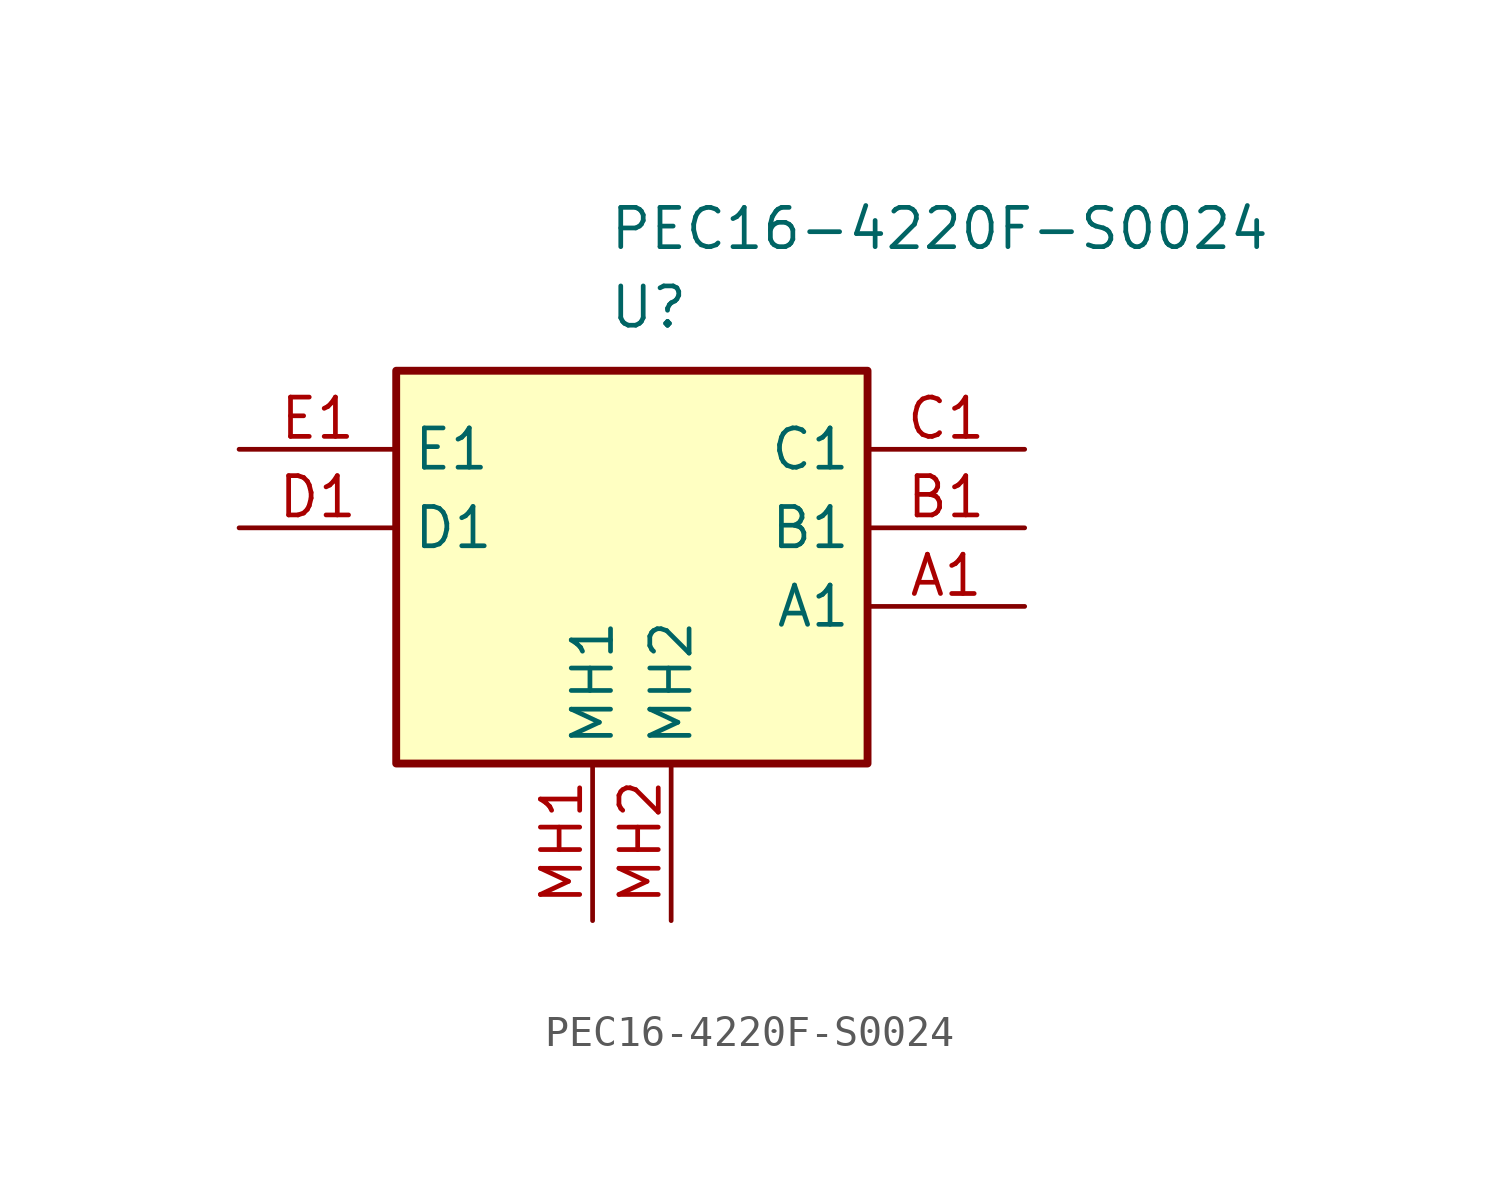
<source format=kicad_sym>
(kicad_symbol_lib
  (version 20231120)
  (generator "kicad_symbol_editor")
  (generator_version "8.0")
  (symbol "PEC16-4220F-S0024"
    (property "Reference" "U"
      (at -0.762 10.414 0)
      (effects (font (size 1.27 1.27)) (justify left top)))
    (property "Value" "PEC16-4220F-S0024"
      (at -0.762 12.954 0)
      (effects (font (size 1.27 1.27)) (justify left top)))
    (symbol "PEC16-4220F-S0024_1_1"
      (rectangle (start -7.62 7.62) (end 7.62 -5.08) (stroke (width 0.254) (type default)) (fill (type background)))
      (pin passive line (at 12.7 0 180) (length 5.08) (name "A1" (effects (font (size 1.27 1.27)))) (number "A1" (effects (font (size 1.27 1.27)))))
      (pin passive line (at 12.7 2.54 180) (length 5.08) (name "B1" (effects (font (size 1.27 1.27)))) (number "B1" (effects (font (size 1.27 1.27)))))
      (pin passive line (at 12.7 5.08 180) (length 5.08) (name "C1" (effects (font (size 1.27 1.27)))) (number "C1" (effects (font (size 1.27 1.27)))))
      (pin passive line (at -12.7 2.54 0) (length 5.08) (name "D1" (effects (font (size 1.27 1.27)))) (number "D1" (effects (font (size 1.27 1.27)))))
      (pin passive line (at -12.7 5.08 0) (length 5.08) (name "E1" (effects (font (size 1.27 1.27)))) (number "E1" (effects (font (size 1.27 1.27)))))
      (pin passive line (at -1.27 -10.16 90) (length 5.08) (name "MH1" (effects (font (size 1.27 1.27)))) (number "MH1" (effects (font (size 1.27 1.27)))))
      (pin passive line (at 1.27 -10.16 90) (length 5.08) (name "MH2" (effects (font (size 1.27 1.27)))) (number "MH2" (effects (font (size 1.27 1.27))))))))
</source>
